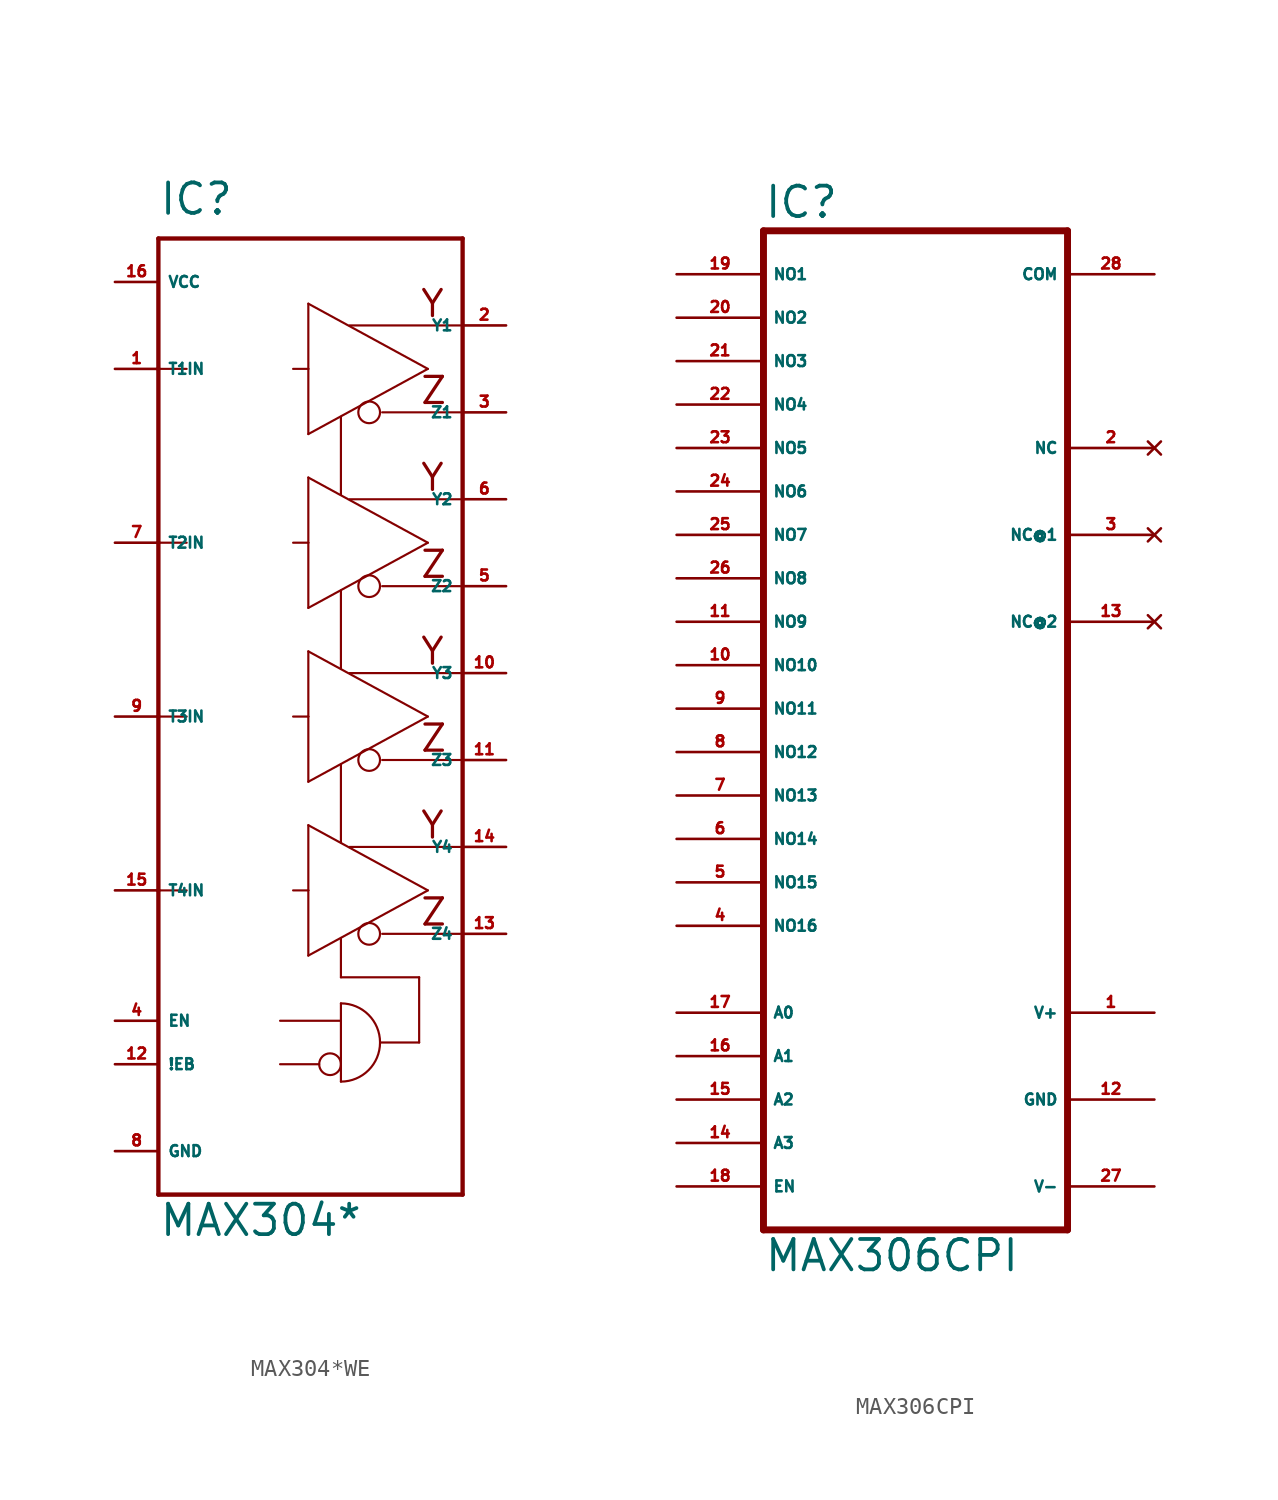
<source format=kicad_sym>
(kicad_symbol_lib
  (version 20220914)
  (generator Eagle2Kicad)
  (symbol "MAX304*WE"
    (property "Reference" "IC"
      (at -7.62 29.21 0)
      (effects (font (size 1.778 1.778) (thickness 0.22)) (justify left bottom)))
    (property "Value" "MAX304*"
      (at -7.62 -30.48 0)
      (effects (font (size 1.778 1.778) (thickness 0.22)) (justify left bottom)))
    (polyline
      (pts (xy -7.62 27.94) (xy 10.16 27.94))
      (stroke (width 0.254) (type default))
      (fill (type none)))
    (polyline
      (pts (xy 10.16 27.94) (xy 10.16 -27.94))
      (stroke (width 0.254) (type default))
      (fill (type none)))
    (polyline
      (pts (xy 10.16 -27.94) (xy -7.62 -27.94))
      (stroke (width 0.254) (type default))
      (fill (type none)))
    (polyline
      (pts (xy -7.62 27.94) (xy -7.62 20.32))
      (stroke (width 0.254) (type default))
      (fill (type none)))
    (polyline
      (pts (xy -7.62 20.32) (xy -7.62 10.16))
      (stroke (width 0.254) (type default))
      (fill (type none)))
    (polyline
      (pts (xy -7.62 10.16) (xy -7.62 0))
      (stroke (width 0.254) (type default))
      (fill (type none)))
    (polyline
      (pts (xy -7.62 0) (xy -7.62 -10.16))
      (stroke (width 0.254) (type default))
      (fill (type none)))
    (polyline
      (pts (xy -7.62 -10.16) (xy -7.62 -27.94))
      (stroke (width 0.254) (type default))
      (fill (type none)))
    (polyline
      (pts (xy 1.143 16.51) (xy 1.143 20.32))
      (stroke (width 0.127) (type default))
      (fill (type none)))
    (polyline
      (pts (xy 1.143 20.32) (xy 1.143 24.13))
      (stroke (width 0.127) (type default))
      (fill (type none)))
    (polyline
      (pts (xy 1.143 24.13) (xy 8.128 20.32))
      (stroke (width 0.127) (type default))
      (fill (type none)))
    (polyline
      (pts (xy 8.128 20.32) (xy 1.143 16.51))
      (stroke (width 0.127) (type default))
      (fill (type none)))
    (polyline
      (pts (xy 3.048 -12.954) (xy 3.048 -15.24))
      (stroke (width 0.127) (type default))
      (fill (type none)))
    (polyline
      (pts (xy 3.048 -15.24) (xy 7.62 -15.24))
      (stroke (width 0.127) (type default))
      (fill (type none)))
    (polyline
      (pts (xy 7.62 -15.24) (xy 7.62 -19.05))
      (stroke (width 0.127) (type default))
      (fill (type none)))
    (polyline
      (pts (xy 7.62 -19.05) (xy 5.334 -19.05))
      (stroke (width 0.127) (type default))
      (fill (type none)))
    (polyline
      (pts (xy -7.62 20.32) (xy -5.969 20.32))
      (stroke (width 0.127) (type default))
      (fill (type none)))
    (polyline
      (pts (xy 0.254 20.32) (xy 1.143 20.32))
      (stroke (width 0.127) (type default))
      (fill (type none)))
    (polyline
      (pts (xy 5.461 17.78) (xy 10.033 17.78))
      (stroke (width 0.127) (type default))
      (fill (type none)))
    (polyline
      (pts (xy 3.556 22.86) (xy 10.033 22.86))
      (stroke (width 0.127) (type default))
      (fill (type none)))
    (polyline
      (pts (xy 1.143 6.35) (xy 1.143 10.16))
      (stroke (width 0.127) (type default))
      (fill (type none)))
    (polyline
      (pts (xy 1.143 10.16) (xy 1.143 13.97))
      (stroke (width 0.127) (type default))
      (fill (type none)))
    (polyline
      (pts (xy 1.143 13.97) (xy 8.128 10.16))
      (stroke (width 0.127) (type default))
      (fill (type none)))
    (polyline
      (pts (xy 8.128 10.16) (xy 1.143 6.35))
      (stroke (width 0.127) (type default))
      (fill (type none)))
    (polyline
      (pts (xy 3.048 17.526) (xy 3.048 12.954))
      (stroke (width 0.127) (type default))
      (fill (type none)))
    (polyline
      (pts (xy -7.62 10.16) (xy -5.969 10.16))
      (stroke (width 0.127) (type default))
      (fill (type none)))
    (polyline
      (pts (xy 0.254 10.16) (xy 1.143 10.16))
      (stroke (width 0.127) (type default))
      (fill (type none)))
    (polyline
      (pts (xy 5.461 7.62) (xy 10.033 7.62))
      (stroke (width 0.127) (type default))
      (fill (type none)))
    (polyline
      (pts (xy 3.556 12.7) (xy 10.033 12.7))
      (stroke (width 0.127) (type default))
      (fill (type none)))
    (polyline
      (pts (xy 1.143 -3.81) (xy 1.143 0))
      (stroke (width 0.127) (type default))
      (fill (type none)))
    (polyline
      (pts (xy 1.143 0) (xy 1.143 3.81))
      (stroke (width 0.127) (type default))
      (fill (type none)))
    (polyline
      (pts (xy 1.143 3.81) (xy 8.128 0))
      (stroke (width 0.127) (type default))
      (fill (type none)))
    (polyline
      (pts (xy 8.128 0) (xy 1.143 -3.81))
      (stroke (width 0.127) (type default))
      (fill (type none)))
    (polyline
      (pts (xy 3.048 7.366) (xy 3.048 2.794))
      (stroke (width 0.127) (type default))
      (fill (type none)))
    (polyline
      (pts (xy -7.62 0) (xy -5.969 0))
      (stroke (width 0.127) (type default))
      (fill (type none)))
    (polyline
      (pts (xy 0.254 0) (xy 1.143 0))
      (stroke (width 0.127) (type default))
      (fill (type none)))
    (polyline
      (pts (xy 5.461 -2.54) (xy 10.033 -2.54))
      (stroke (width 0.127) (type default))
      (fill (type none)))
    (polyline
      (pts (xy 3.556 2.54) (xy 10.033 2.54))
      (stroke (width 0.127) (type default))
      (fill (type none)))
    (polyline
      (pts (xy 1.143 -13.97) (xy 1.143 -10.16))
      (stroke (width 0.127) (type default))
      (fill (type none)))
    (polyline
      (pts (xy 1.143 -10.16) (xy 1.143 -6.35))
      (stroke (width 0.127) (type default))
      (fill (type none)))
    (polyline
      (pts (xy 1.143 -6.35) (xy 8.128 -10.16))
      (stroke (width 0.127) (type default))
      (fill (type none)))
    (polyline
      (pts (xy 8.128 -10.16) (xy 1.143 -13.97))
      (stroke (width 0.127) (type default))
      (fill (type none)))
    (polyline
      (pts (xy 3.048 -2.794) (xy 3.048 -7.366))
      (stroke (width 0.127) (type default))
      (fill (type none)))
    (polyline
      (pts (xy -7.62 -10.16) (xy -5.969 -10.16))
      (stroke (width 0.127) (type default))
      (fill (type none)))
    (polyline
      (pts (xy 0.254 -10.16) (xy 1.143 -10.16))
      (stroke (width 0.127) (type default))
      (fill (type none)))
    (polyline
      (pts (xy 5.461 -12.7) (xy 10.033 -12.7))
      (stroke (width 0.127) (type default))
      (fill (type none)))
    (polyline
      (pts (xy 3.556 -7.62) (xy 10.033 -7.62))
      (stroke (width 0.127) (type default))
      (fill (type none)))
    (polyline
      (pts (xy 3.048 -16.764) (xy 3.048 -17.78))
      (stroke (width 0.127) (type default))
      (fill (type none)))
    (polyline
      (pts (xy 3.048 -17.78) (xy 3.048 -21.336))
      (stroke (width 0.127) (type default))
      (fill (type none)))
    (arc
      (start 5.334 -19.05)
      (mid 4.664 -17.434)
      (end 3.048 -16.764)
      (stroke (width 0.127) (type default))
      (fill (type none)))
    (arc
      (start 3.048 -21.336)
      (mid 4.664 -20.666)
      (end 5.334 -19.05)
      (stroke (width 0.127) (type default))
      (fill (type none)))
    (polyline
      (pts (xy -0.508 -17.78) (xy 3.048 -17.78))
      (stroke (width 0.127) (type default))
      (fill (type none)))
    (polyline
      (pts (xy -0.508 -20.32) (xy 1.778 -20.32))
      (stroke (width 0.127) (type default))
      (fill (type none)))
    (text "Z"
      (at 7.62 18.161 0)
      (effects (font (size 1.524 1.524) (thickness 0.19)) (justify left bottom)))
    (text "Y"
      (at 7.62 23.241 0)
      (effects (font (size 1.524 1.524) (thickness 0.19)) (justify left bottom)))
    (text "Z"
      (at 7.62 8.001 0)
      (effects (font (size 1.524 1.524) (thickness 0.19)) (justify left bottom)))
    (text "Y"
      (at 7.62 13.081 0)
      (effects (font (size 1.524 1.524) (thickness 0.19)) (justify left bottom)))
    (text "Z"
      (at 7.62 -2.159 0)
      (effects (font (size 1.524 1.524) (thickness 0.19)) (justify left bottom)))
    (text "Y"
      (at 7.62 2.921 0)
      (effects (font (size 1.524 1.524) (thickness 0.19)) (justify left bottom)))
    (text "Z"
      (at 7.62 -12.319 0)
      (effects (font (size 1.524 1.524) (thickness 0.19)) (justify left bottom)))
    (text "Y"
      (at 7.62 -7.239 0)
      (effects (font (size 1.524 1.524) (thickness 0.19)) (justify left bottom)))
    (circle
      (center 4.699 17.78)
      (radius 0.635)
      (stroke (width 0.127) (type default))
      (fill (type none)))
    (circle
      (center 4.699 7.62)
      (radius 0.635)
      (stroke (width 0.127) (type default))
      (fill (type none)))
    (circle
      (center 4.699 -2.54)
      (radius 0.635)
      (stroke (width 0.127) (type default))
      (fill (type none)))
    (circle
      (center 4.699 -12.7)
      (radius 0.635)
      (stroke (width 0.127) (type default))
      (fill (type none)))
    (circle
      (center 2.413 -20.32)
      (radius 0.635)
      (stroke (width 0.127) (type default))
      (fill (type none)))
    (pin input line
      (at -10.16 20.32 0)
      (length 2.54)
      (name "T1IN" (effects (font (size 0.635 0.635) (thickness 0.08)) (justify left bottom)))
      (number "1" (effects (font (size 0.635 0.635) (thickness 0.08)) (justify left bottom))))
    (pin output line
      (at 12.7 17.78 180)
      (length 2.54)
      (name "Z1" (effects (font (size 0.635 0.635) (thickness 0.08)) (justify left bottom)))
      (number "3" (effects (font (size 0.635 0.635) (thickness 0.08)) (justify left bottom))))
    (pin output line
      (at 12.7 22.86 180)
      (length 2.54)
      (name "Y1" (effects (font (size 0.635 0.635) (thickness 0.08)) (justify left bottom)))
      (number "2" (effects (font (size 0.635 0.635) (thickness 0.08)) (justify left bottom))))
    (pin input line
      (at -10.16 -17.78 0)
      (length 2.54)
      (name "EN" (effects (font (size 0.635 0.635) (thickness 0.08)) (justify left bottom)))
      (number "4" (effects (font (size 0.635 0.635) (thickness 0.08)) (justify left bottom))))
    (pin input line
      (at -10.16 -20.32 0)
      (length 2.54)
      (name "!EB" (effects (font (size 0.635 0.635) (thickness 0.08)) (justify left bottom)))
      (number "12" (effects (font (size 0.635 0.635) (thickness 0.08)) (justify left bottom))))
    (pin unspecified line
      (at -10.16 -25.4 0)
      (length 2.54)
      (name "GND" (effects (font (size 0.635 0.635) (thickness 0.08)) (justify left bottom)))
      (number "8" (effects (font (size 0.635 0.635) (thickness 0.08)) (justify left bottom))))
    (pin unspecified line
      (at -10.16 25.4 0)
      (length 2.54)
      (name "VCC" (effects (font (size 0.635 0.635) (thickness 0.08)) (justify left bottom)))
      (number "16" (effects (font (size 0.635 0.635) (thickness 0.08)) (justify left bottom))))
    (pin input line
      (at -10.16 10.16 0)
      (length 2.54)
      (name "T2IN" (effects (font (size 0.635 0.635) (thickness 0.08)) (justify left bottom)))
      (number "7" (effects (font (size 0.635 0.635) (thickness 0.08)) (justify left bottom))))
    (pin output line
      (at 12.7 7.62 180)
      (length 2.54)
      (name "Z2" (effects (font (size 0.635 0.635) (thickness 0.08)) (justify left bottom)))
      (number "5" (effects (font (size 0.635 0.635) (thickness 0.08)) (justify left bottom))))
    (pin output line
      (at 12.7 12.7 180)
      (length 2.54)
      (name "Y2" (effects (font (size 0.635 0.635) (thickness 0.08)) (justify left bottom)))
      (number "6" (effects (font (size 0.635 0.635) (thickness 0.08)) (justify left bottom))))
    (pin input line
      (at -10.16 0 0)
      (length 2.54)
      (name "T3IN" (effects (font (size 0.635 0.635) (thickness 0.08)) (justify left bottom)))
      (number "9" (effects (font (size 0.635 0.635) (thickness 0.08)) (justify left bottom))))
    (pin output line
      (at 12.7 -2.54 180)
      (length 2.54)
      (name "Z3" (effects (font (size 0.635 0.635) (thickness 0.08)) (justify left bottom)))
      (number "11" (effects (font (size 0.635 0.635) (thickness 0.08)) (justify left bottom))))
    (pin output line
      (at 12.7 2.54 180)
      (length 2.54)
      (name "Y3" (effects (font (size 0.635 0.635) (thickness 0.08)) (justify left bottom)))
      (number "10" (effects (font (size 0.635 0.635) (thickness 0.08)) (justify left bottom))))
    (pin input line
      (at -10.16 -10.16 0)
      (length 2.54)
      (name "T4IN" (effects (font (size 0.635 0.635) (thickness 0.08)) (justify left bottom)))
      (number "15" (effects (font (size 0.635 0.635) (thickness 0.08)) (justify left bottom))))
    (pin output line
      (at 12.7 -12.7 180)
      (length 2.54)
      (name "Z4" (effects (font (size 0.635 0.635) (thickness 0.08)) (justify left bottom)))
      (number "13" (effects (font (size 0.635 0.635) (thickness 0.08)) (justify left bottom))))
    (pin output line
      (at 12.7 -7.62 180)
      (length 2.54)
      (name "Y4" (effects (font (size 0.635 0.635) (thickness 0.08)) (justify left bottom)))
      (number "14" (effects (font (size 0.635 0.635) (thickness 0.08)) (justify left bottom)))))
  (symbol "MAX306CPI"
    (property "Reference" "IC"
      (at -10.16 28.575 0)
      (effects (font (size 1.778 1.778) (thickness 0.22)) (justify left bottom)))
    (property "Value" "MAX306CPI"
      (at -10.16 -33.02 0)
      (effects (font (size 1.778 1.778) (thickness 0.22)) (justify left bottom)))
    (polyline
      (pts (xy -10.16 27.94) (xy 7.62 27.94))
      (stroke (width 0.406) (type default))
      (fill (type none)))
    (polyline
      (pts (xy 7.62 27.94) (xy 7.62 -30.48))
      (stroke (width 0.406) (type default))
      (fill (type none)))
    (polyline
      (pts (xy 7.62 -30.48) (xy -10.16 -30.48))
      (stroke (width 0.406) (type default))
      (fill (type none)))
    (polyline
      (pts (xy -10.16 -30.48) (xy -10.16 27.94))
      (stroke (width 0.406) (type default))
      (fill (type none)))
    (pin passive line
      (at -15.24 25.4 0)
      (length 5.08)
      (name "NO1" (effects (font (size 0.635 0.635) (thickness 0.08)) (justify left bottom)))
      (number "19" (effects (font (size 0.635 0.635) (thickness 0.08)) (justify left bottom))))
    (pin passive line
      (at -15.24 22.86 0)
      (length 5.08)
      (name "NO2" (effects (font (size 0.635 0.635) (thickness 0.08)) (justify left bottom)))
      (number "20" (effects (font (size 0.635 0.635) (thickness 0.08)) (justify left bottom))))
    (pin passive line
      (at -15.24 20.32 0)
      (length 5.08)
      (name "NO3" (effects (font (size 0.635 0.635) (thickness 0.08)) (justify left bottom)))
      (number "21" (effects (font (size 0.635 0.635) (thickness 0.08)) (justify left bottom))))
    (pin passive line
      (at -15.24 17.78 0)
      (length 5.08)
      (name "NO4" (effects (font (size 0.635 0.635) (thickness 0.08)) (justify left bottom)))
      (number "22" (effects (font (size 0.635 0.635) (thickness 0.08)) (justify left bottom))))
    (pin passive line
      (at -15.24 15.24 0)
      (length 5.08)
      (name "NO5" (effects (font (size 0.635 0.635) (thickness 0.08)) (justify left bottom)))
      (number "23" (effects (font (size 0.635 0.635) (thickness 0.08)) (justify left bottom))))
    (pin passive line
      (at -15.24 12.7 0)
      (length 5.08)
      (name "NO6" (effects (font (size 0.635 0.635) (thickness 0.08)) (justify left bottom)))
      (number "24" (effects (font (size 0.635 0.635) (thickness 0.08)) (justify left bottom))))
    (pin passive line
      (at -15.24 10.16 0)
      (length 5.08)
      (name "NO7" (effects (font (size 0.635 0.635) (thickness 0.08)) (justify left bottom)))
      (number "25" (effects (font (size 0.635 0.635) (thickness 0.08)) (justify left bottom))))
    (pin passive line
      (at -15.24 7.62 0)
      (length 5.08)
      (name "NO8" (effects (font (size 0.635 0.635) (thickness 0.08)) (justify left bottom)))
      (number "26" (effects (font (size 0.635 0.635) (thickness 0.08)) (justify left bottom))))
    (pin passive line
      (at -15.24 5.08 0)
      (length 5.08)
      (name "NO9" (effects (font (size 0.635 0.635) (thickness 0.08)) (justify left bottom)))
      (number "11" (effects (font (size 0.635 0.635) (thickness 0.08)) (justify left bottom))))
    (pin passive line
      (at -15.24 2.54 0)
      (length 5.08)
      (name "NO10" (effects (font (size 0.635 0.635) (thickness 0.08)) (justify left bottom)))
      (number "10" (effects (font (size 0.635 0.635) (thickness 0.08)) (justify left bottom))))
    (pin passive line
      (at -15.24 0 0)
      (length 5.08)
      (name "NO11" (effects (font (size 0.635 0.635) (thickness 0.08)) (justify left bottom)))
      (number "9" (effects (font (size 0.635 0.635) (thickness 0.08)) (justify left bottom))))
    (pin passive line
      (at -15.24 -2.54 0)
      (length 5.08)
      (name "NO12" (effects (font (size 0.635 0.635) (thickness 0.08)) (justify left bottom)))
      (number "8" (effects (font (size 0.635 0.635) (thickness 0.08)) (justify left bottom))))
    (pin passive line
      (at -15.24 -5.08 0)
      (length 5.08)
      (name "NO13" (effects (font (size 0.635 0.635) (thickness 0.08)) (justify left bottom)))
      (number "7" (effects (font (size 0.635 0.635) (thickness 0.08)) (justify left bottom))))
    (pin passive line
      (at -15.24 -7.62 0)
      (length 5.08)
      (name "NO14" (effects (font (size 0.635 0.635) (thickness 0.08)) (justify left bottom)))
      (number "6" (effects (font (size 0.635 0.635) (thickness 0.08)) (justify left bottom))))
    (pin passive line
      (at -15.24 -10.16 0)
      (length 5.08)
      (name "NO15" (effects (font (size 0.635 0.635) (thickness 0.08)) (justify left bottom)))
      (number "5" (effects (font (size 0.635 0.635) (thickness 0.08)) (justify left bottom))))
    (pin passive line
      (at -15.24 -12.7 0)
      (length 5.08)
      (name "NO16" (effects (font (size 0.635 0.635) (thickness 0.08)) (justify left bottom)))
      (number "4" (effects (font (size 0.635 0.635) (thickness 0.08)) (justify left bottom))))
    (pin input line
      (at -15.24 -17.78 0)
      (length 5.08)
      (name "A0" (effects (font (size 0.635 0.635) (thickness 0.08)) (justify left bottom)))
      (number "17" (effects (font (size 0.635 0.635) (thickness 0.08)) (justify left bottom))))
    (pin input line
      (at -15.24 -20.32 0)
      (length 5.08)
      (name "A1" (effects (font (size 0.635 0.635) (thickness 0.08)) (justify left bottom)))
      (number "16" (effects (font (size 0.635 0.635) (thickness 0.08)) (justify left bottom))))
    (pin input line
      (at -15.24 -22.86 0)
      (length 5.08)
      (name "A2" (effects (font (size 0.635 0.635) (thickness 0.08)) (justify left bottom)))
      (number "15" (effects (font (size 0.635 0.635) (thickness 0.08)) (justify left bottom))))
    (pin input line
      (at -15.24 -25.4 0)
      (length 5.08)
      (name "A3" (effects (font (size 0.635 0.635) (thickness 0.08)) (justify left bottom)))
      (number "14" (effects (font (size 0.635 0.635) (thickness 0.08)) (justify left bottom))))
    (pin passive line
      (at 12.7 25.4 180)
      (length 5.08)
      (name "COM" (effects (font (size 0.635 0.635) (thickness 0.08)) (justify left bottom)))
      (number "28" (effects (font (size 0.635 0.635) (thickness 0.08)) (justify left bottom))))
    (pin unspecified line
      (at 12.7 -27.94 180)
      (length 5.08)
      (name "V-" (effects (font (size 0.635 0.635) (thickness 0.08)) (justify left bottom)))
      (number "27" (effects (font (size 0.635 0.635) (thickness 0.08)) (justify left bottom))))
    (pin unspecified line
      (at 12.7 -22.86 180)
      (length 5.08)
      (name "GND" (effects (font (size 0.635 0.635) (thickness 0.08)) (justify left bottom)))
      (number "12" (effects (font (size 0.635 0.635) (thickness 0.08)) (justify left bottom))))
    (pin unspecified line
      (at 12.7 -17.78 180)
      (length 5.08)
      (name "V+" (effects (font (size 0.635 0.635) (thickness 0.08)) (justify left bottom)))
      (number "1" (effects (font (size 0.635 0.635) (thickness 0.08)) (justify left bottom))))
    (pin input line
      (at -15.24 -27.94 0)
      (length 5.08)
      (name "EN" (effects (font (size 0.635 0.635) (thickness 0.08)) (justify left bottom)))
      (number "18" (effects (font (size 0.635 0.635) (thickness 0.08)) (justify left bottom))))
    (pin no_connect line
      (at 12.7 15.24 180)
      (length 5.08)
      (name "NC" (effects (font (size 0.635 0.635) (thickness 0.08)) (justify left bottom) hide))
      (number "2" (effects (font (size 0.635 0.635) (thickness 0.08)) (justify left bottom) hide)))
    (pin no_connect line
      (at 12.7 10.16 180)
      (length 5.08)
      (name "NC@1" (effects (font (size 0.635 0.635) (thickness 0.08)) (justify left bottom) hide))
      (number "3" (effects (font (size 0.635 0.635) (thickness 0.08)) (justify left bottom) hide)))
    (pin no_connect line
      (at 12.7 5.08 180)
      (length 5.08)
      (name "NC@2" (effects (font (size 0.635 0.635) (thickness 0.08)) (justify left bottom) hide))
      (number "13" (effects (font (size 0.635 0.635) (thickness 0.08)) (justify left bottom) hide)))))
</source>
